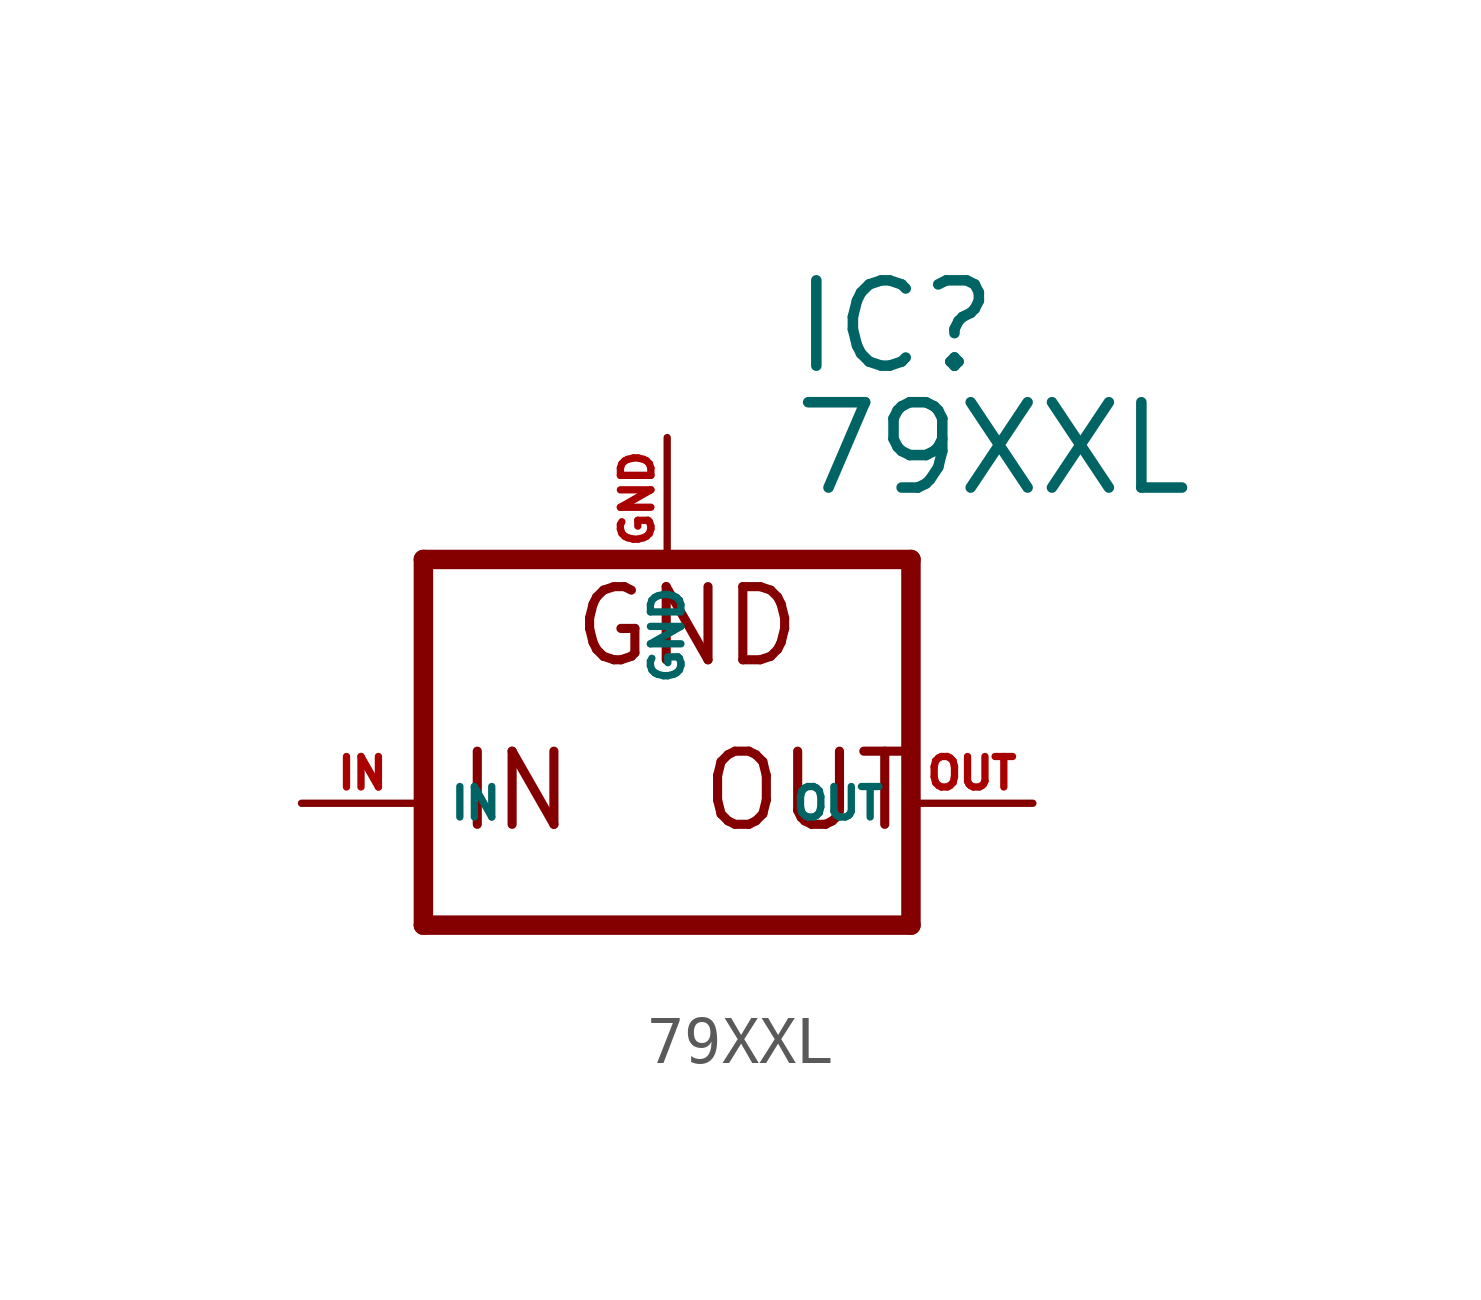
<source format=kicad_sym>
(kicad_symbol_lib
  (version 20220914)
  (generator Eagle2Kicad)
  (symbol "79XXL"
    (property "Reference" "IC"
      (at 2.54 8.89 0)
      (effects (font (size 1.778 1.778) (thickness 0.22)) (justify left bottom)))
    (property "Value" "79XXL"
      (at 2.54 6.35 0)
      (effects (font (size 1.778 1.778) (thickness 0.22)) (justify left bottom)))
    (polyline
      (pts (xy -5.08 -2.54) (xy 5.08 -2.54))
      (stroke (width 0.406) (type default))
      (fill (type none)))
    (polyline
      (pts (xy 5.08 -2.54) (xy 5.08 5.08))
      (stroke (width 0.406) (type default))
      (fill (type none)))
    (polyline
      (pts (xy 5.08 5.08) (xy -5.08 5.08))
      (stroke (width 0.406) (type default))
      (fill (type none)))
    (polyline
      (pts (xy -5.08 5.08) (xy -5.08 -2.54))
      (stroke (width 0.406) (type default))
      (fill (type none)))
    (text "GND"
      (at -2.032 2.794 0)
      (effects (font (size 1.524 1.524) (thickness 0.19)) (justify left bottom)))
    (text "OUT"
      (at 0.635 -0.635 0)
      (effects (font (size 1.524 1.524) (thickness 0.19)) (justify left bottom)))
    (text "IN"
      (at -4.445 -0.635 0)
      (effects (font (size 1.524 1.524) (thickness 0.19)) (justify left bottom)))
    (pin input line
      (at -7.62 0 0)
      (length 2.54)
      (name "IN" (effects (font (size 0.635 0.635) (thickness 0.08)) (justify left bottom)))
      (number "IN" (effects (font (size 0.635 0.635) (thickness 0.08)) (justify left bottom))))
    (pin input line
      (at 0 7.62 270)
      (length 2.54)
      (name "GND" (effects (font (size 0.635 0.635) (thickness 0.08)) (justify left bottom)))
      (number "GND" (effects (font (size 0.635 0.635) (thickness 0.08)) (justify left bottom))))
    (pin passive line
      (at 7.62 0 180)
      (length 2.54)
      (name "OUT" (effects (font (size 0.635 0.635) (thickness 0.08)) (justify left bottom)))
      (number "OUT" (effects (font (size 0.635 0.635) (thickness 0.08)) (justify left bottom))))))
</source>
